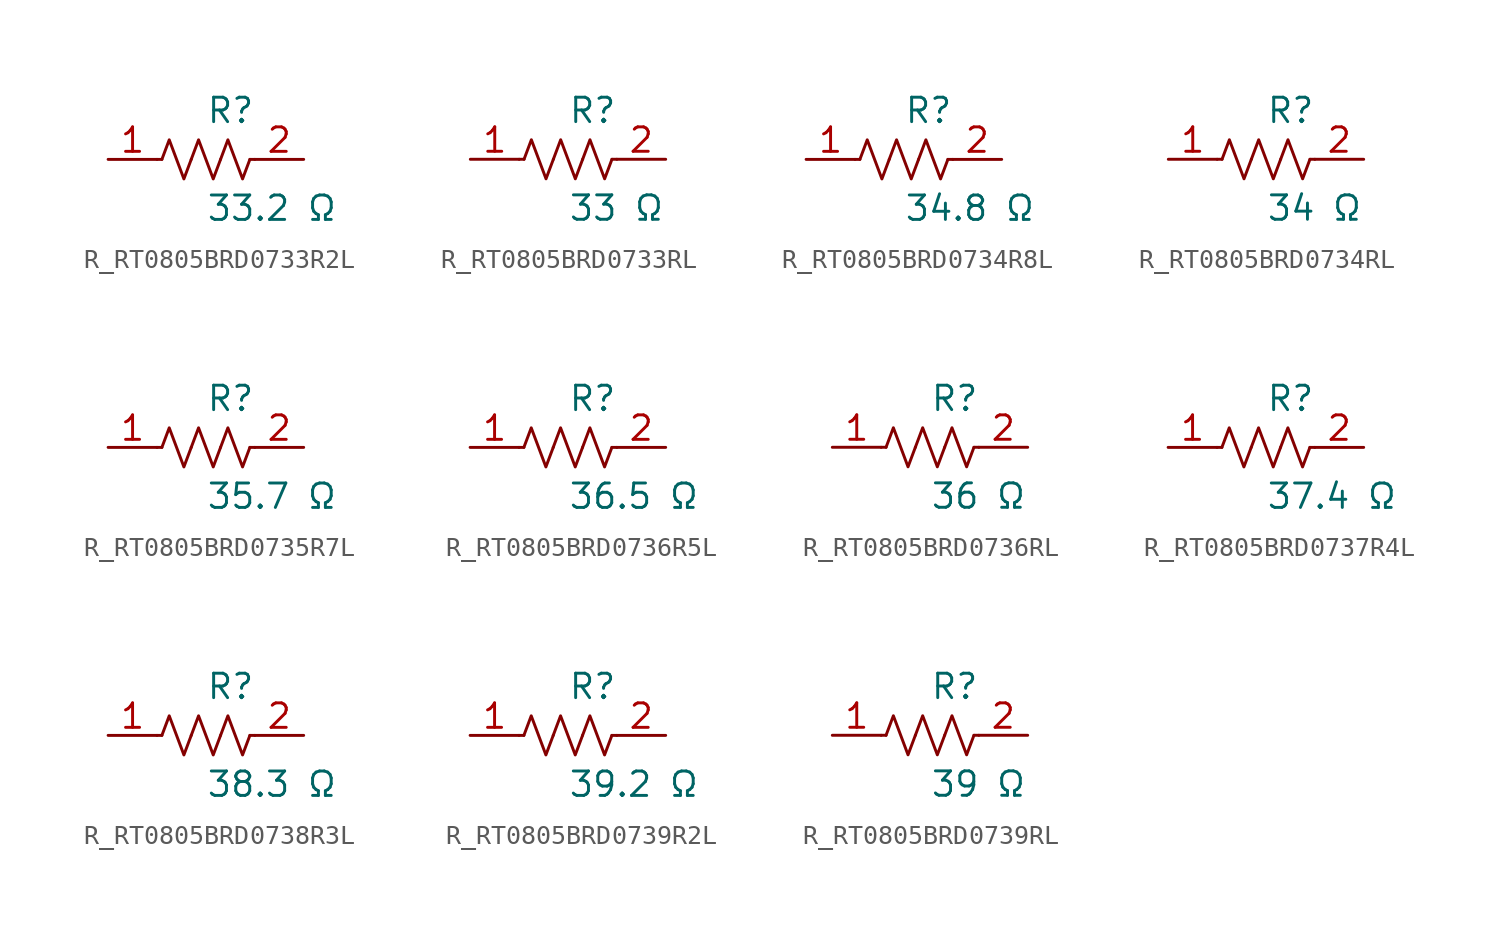
<source format=kicad_sym>
(kicad_symbol_lib
  (version 20231120)
  (generator kicad_symbol_editor)
  (generator_version 8.0)
  (symbol "R_RT0805BRD0733R2L"
    (pin_names
      (offset 0.254))
    (property "Reference" "R"
      (at 0.0 2.54 0)
      (effects (font (size 1.27 1.27)) (justify left)))
    (property "Value" "33.2 Ω"
      (at 0.0 -2.54 0)
      (effects (font (size 1.27 1.27)) (justify left)))
    (symbol "R_RT0805BRD0733R2L_0_1"
      (polyline (pts (xy 2.286 0) (xy 2.54 0)) (stroke (width 0) (type default)) (fill (type none)))
      (polyline (pts (xy -2.286 0) (xy -2.54 0)) (stroke (width 0) (type default)) (fill (type none)))
      (polyline (pts (xy 0.762 0) (xy 1.143 1.016) (xy 1.524 0) (xy 1.905 -1.016) (xy 2.286 0)) (stroke (width 0) (type default)) (fill (type none)))
      (polyline (pts (xy -0.762 0) (xy -0.381 1.016) (xy 0 0) (xy 0.381 -1.016) (xy 0.762 0)) (stroke (width 0) (type default)) (fill (type none)))
      (polyline (pts (xy -2.286 0) (xy -1.905 1.016) (xy -1.524 0) (xy -1.143 -1.016) (xy -0.762 0)) (stroke (width 0) (type default)) (fill (type none))))
    (pin unspecified line
      (at -5.08 0 0)
      (length 2.54)
      (name "" (effects (font (size 1.27 1.27))))
      (number "1" (effects (font (size 1.27 1.27)))))
    (pin unspecified line
      (at 5.08 0 180)
      (length 2.54)
      (name "" (effects (font (size 1.27 1.27))))
      (number "2" (effects (font (size 1.27 1.27))))))
  (symbol "R_RT0805BRD0733RL"
    (pin_names
      (offset 0.254))
    (property "Reference" "R"
      (at 0.0 2.54 0)
      (effects (font (size 1.27 1.27)) (justify left)))
    (property "Value" "33 Ω"
      (at 0.0 -2.54 0)
      (effects (font (size 1.27 1.27)) (justify left)))
    (symbol "R_RT0805BRD0733RL_0_1"
      (polyline (pts (xy 2.286 0) (xy 2.54 0)) (stroke (width 0) (type default)) (fill (type none)))
      (polyline (pts (xy -2.286 0) (xy -2.54 0)) (stroke (width 0) (type default)) (fill (type none)))
      (polyline (pts (xy 0.762 0) (xy 1.143 1.016) (xy 1.524 0) (xy 1.905 -1.016) (xy 2.286 0)) (stroke (width 0) (type default)) (fill (type none)))
      (polyline (pts (xy -0.762 0) (xy -0.381 1.016) (xy 0 0) (xy 0.381 -1.016) (xy 0.762 0)) (stroke (width 0) (type default)) (fill (type none)))
      (polyline (pts (xy -2.286 0) (xy -1.905 1.016) (xy -1.524 0) (xy -1.143 -1.016) (xy -0.762 0)) (stroke (width 0) (type default)) (fill (type none))))
    (pin unspecified line
      (at -5.08 0 0)
      (length 2.54)
      (name "" (effects (font (size 1.27 1.27))))
      (number "1" (effects (font (size 1.27 1.27)))))
    (pin unspecified line
      (at 5.08 0 180)
      (length 2.54)
      (name "" (effects (font (size 1.27 1.27))))
      (number "2" (effects (font (size 1.27 1.27))))))
  (symbol "R_RT0805BRD0734R8L"
    (pin_names
      (offset 0.254))
    (property "Reference" "R"
      (at 0.0 2.54 0)
      (effects (font (size 1.27 1.27)) (justify left)))
    (property "Value" "34.8 Ω"
      (at 0.0 -2.54 0)
      (effects (font (size 1.27 1.27)) (justify left)))
    (symbol "R_RT0805BRD0734R8L_0_1"
      (polyline (pts (xy 2.286 0) (xy 2.54 0)) (stroke (width 0) (type default)) (fill (type none)))
      (polyline (pts (xy -2.286 0) (xy -2.54 0)) (stroke (width 0) (type default)) (fill (type none)))
      (polyline (pts (xy 0.762 0) (xy 1.143 1.016) (xy 1.524 0) (xy 1.905 -1.016) (xy 2.286 0)) (stroke (width 0) (type default)) (fill (type none)))
      (polyline (pts (xy -0.762 0) (xy -0.381 1.016) (xy 0 0) (xy 0.381 -1.016) (xy 0.762 0)) (stroke (width 0) (type default)) (fill (type none)))
      (polyline (pts (xy -2.286 0) (xy -1.905 1.016) (xy -1.524 0) (xy -1.143 -1.016) (xy -0.762 0)) (stroke (width 0) (type default)) (fill (type none))))
    (pin unspecified line
      (at -5.08 0 0)
      (length 2.54)
      (name "" (effects (font (size 1.27 1.27))))
      (number "1" (effects (font (size 1.27 1.27)))))
    (pin unspecified line
      (at 5.08 0 180)
      (length 2.54)
      (name "" (effects (font (size 1.27 1.27))))
      (number "2" (effects (font (size 1.27 1.27))))))
  (symbol "R_RT0805BRD0734RL"
    (pin_names
      (offset 0.254))
    (property "Reference" "R"
      (at 0.0 2.54 0)
      (effects (font (size 1.27 1.27)) (justify left)))
    (property "Value" "34 Ω"
      (at 0.0 -2.54 0)
      (effects (font (size 1.27 1.27)) (justify left)))
    (symbol "R_RT0805BRD0734RL_0_1"
      (polyline (pts (xy 2.286 0) (xy 2.54 0)) (stroke (width 0) (type default)) (fill (type none)))
      (polyline (pts (xy -2.286 0) (xy -2.54 0)) (stroke (width 0) (type default)) (fill (type none)))
      (polyline (pts (xy 0.762 0) (xy 1.143 1.016) (xy 1.524 0) (xy 1.905 -1.016) (xy 2.286 0)) (stroke (width 0) (type default)) (fill (type none)))
      (polyline (pts (xy -0.762 0) (xy -0.381 1.016) (xy 0 0) (xy 0.381 -1.016) (xy 0.762 0)) (stroke (width 0) (type default)) (fill (type none)))
      (polyline (pts (xy -2.286 0) (xy -1.905 1.016) (xy -1.524 0) (xy -1.143 -1.016) (xy -0.762 0)) (stroke (width 0) (type default)) (fill (type none))))
    (pin unspecified line
      (at -5.08 0 0)
      (length 2.54)
      (name "" (effects (font (size 1.27 1.27))))
      (number "1" (effects (font (size 1.27 1.27)))))
    (pin unspecified line
      (at 5.08 0 180)
      (length 2.54)
      (name "" (effects (font (size 1.27 1.27))))
      (number "2" (effects (font (size 1.27 1.27))))))
  (symbol "R_RT0805BRD0735R7L"
    (pin_names
      (offset 0.254))
    (property "Reference" "R"
      (at 0.0 2.54 0)
      (effects (font (size 1.27 1.27)) (justify left)))
    (property "Value" "35.7 Ω"
      (at 0.0 -2.54 0)
      (effects (font (size 1.27 1.27)) (justify left)))
    (symbol "R_RT0805BRD0735R7L_0_1"
      (polyline (pts (xy 2.286 0) (xy 2.54 0)) (stroke (width 0) (type default)) (fill (type none)))
      (polyline (pts (xy -2.286 0) (xy -2.54 0)) (stroke (width 0) (type default)) (fill (type none)))
      (polyline (pts (xy 0.762 0) (xy 1.143 1.016) (xy 1.524 0) (xy 1.905 -1.016) (xy 2.286 0)) (stroke (width 0) (type default)) (fill (type none)))
      (polyline (pts (xy -0.762 0) (xy -0.381 1.016) (xy 0 0) (xy 0.381 -1.016) (xy 0.762 0)) (stroke (width 0) (type default)) (fill (type none)))
      (polyline (pts (xy -2.286 0) (xy -1.905 1.016) (xy -1.524 0) (xy -1.143 -1.016) (xy -0.762 0)) (stroke (width 0) (type default)) (fill (type none))))
    (pin unspecified line
      (at -5.08 0 0)
      (length 2.54)
      (name "" (effects (font (size 1.27 1.27))))
      (number "1" (effects (font (size 1.27 1.27)))))
    (pin unspecified line
      (at 5.08 0 180)
      (length 2.54)
      (name "" (effects (font (size 1.27 1.27))))
      (number "2" (effects (font (size 1.27 1.27))))))
  (symbol "R_RT0805BRD0736R5L"
    (pin_names
      (offset 0.254))
    (property "Reference" "R"
      (at 0.0 2.54 0)
      (effects (font (size 1.27 1.27)) (justify left)))
    (property "Value" "36.5 Ω"
      (at 0.0 -2.54 0)
      (effects (font (size 1.27 1.27)) (justify left)))
    (symbol "R_RT0805BRD0736R5L_0_1"
      (polyline (pts (xy 2.286 0) (xy 2.54 0)) (stroke (width 0) (type default)) (fill (type none)))
      (polyline (pts (xy -2.286 0) (xy -2.54 0)) (stroke (width 0) (type default)) (fill (type none)))
      (polyline (pts (xy 0.762 0) (xy 1.143 1.016) (xy 1.524 0) (xy 1.905 -1.016) (xy 2.286 0)) (stroke (width 0) (type default)) (fill (type none)))
      (polyline (pts (xy -0.762 0) (xy -0.381 1.016) (xy 0 0) (xy 0.381 -1.016) (xy 0.762 0)) (stroke (width 0) (type default)) (fill (type none)))
      (polyline (pts (xy -2.286 0) (xy -1.905 1.016) (xy -1.524 0) (xy -1.143 -1.016) (xy -0.762 0)) (stroke (width 0) (type default)) (fill (type none))))
    (pin unspecified line
      (at -5.08 0 0)
      (length 2.54)
      (name "" (effects (font (size 1.27 1.27))))
      (number "1" (effects (font (size 1.27 1.27)))))
    (pin unspecified line
      (at 5.08 0 180)
      (length 2.54)
      (name "" (effects (font (size 1.27 1.27))))
      (number "2" (effects (font (size 1.27 1.27))))))
  (symbol "R_RT0805BRD0736RL"
    (pin_names
      (offset 0.254))
    (property "Reference" "R"
      (at 0.0 2.54 0)
      (effects (font (size 1.27 1.27)) (justify left)))
    (property "Value" "36 Ω"
      (at 0.0 -2.54 0)
      (effects (font (size 1.27 1.27)) (justify left)))
    (symbol "R_RT0805BRD0736RL_0_1"
      (polyline (pts (xy 2.286 0) (xy 2.54 0)) (stroke (width 0) (type default)) (fill (type none)))
      (polyline (pts (xy -2.286 0) (xy -2.54 0)) (stroke (width 0) (type default)) (fill (type none)))
      (polyline (pts (xy 0.762 0) (xy 1.143 1.016) (xy 1.524 0) (xy 1.905 -1.016) (xy 2.286 0)) (stroke (width 0) (type default)) (fill (type none)))
      (polyline (pts (xy -0.762 0) (xy -0.381 1.016) (xy 0 0) (xy 0.381 -1.016) (xy 0.762 0)) (stroke (width 0) (type default)) (fill (type none)))
      (polyline (pts (xy -2.286 0) (xy -1.905 1.016) (xy -1.524 0) (xy -1.143 -1.016) (xy -0.762 0)) (stroke (width 0) (type default)) (fill (type none))))
    (pin unspecified line
      (at -5.08 0 0)
      (length 2.54)
      (name "" (effects (font (size 1.27 1.27))))
      (number "1" (effects (font (size 1.27 1.27)))))
    (pin unspecified line
      (at 5.08 0 180)
      (length 2.54)
      (name "" (effects (font (size 1.27 1.27))))
      (number "2" (effects (font (size 1.27 1.27))))))
  (symbol "R_RT0805BRD0737R4L"
    (pin_names
      (offset 0.254))
    (property "Reference" "R"
      (at 0.0 2.54 0)
      (effects (font (size 1.27 1.27)) (justify left)))
    (property "Value" "37.4 Ω"
      (at 0.0 -2.54 0)
      (effects (font (size 1.27 1.27)) (justify left)))
    (symbol "R_RT0805BRD0737R4L_0_1"
      (polyline (pts (xy 2.286 0) (xy 2.54 0)) (stroke (width 0) (type default)) (fill (type none)))
      (polyline (pts (xy -2.286 0) (xy -2.54 0)) (stroke (width 0) (type default)) (fill (type none)))
      (polyline (pts (xy 0.762 0) (xy 1.143 1.016) (xy 1.524 0) (xy 1.905 -1.016) (xy 2.286 0)) (stroke (width 0) (type default)) (fill (type none)))
      (polyline (pts (xy -0.762 0) (xy -0.381 1.016) (xy 0 0) (xy 0.381 -1.016) (xy 0.762 0)) (stroke (width 0) (type default)) (fill (type none)))
      (polyline (pts (xy -2.286 0) (xy -1.905 1.016) (xy -1.524 0) (xy -1.143 -1.016) (xy -0.762 0)) (stroke (width 0) (type default)) (fill (type none))))
    (pin unspecified line
      (at -5.08 0 0)
      (length 2.54)
      (name "" (effects (font (size 1.27 1.27))))
      (number "1" (effects (font (size 1.27 1.27)))))
    (pin unspecified line
      (at 5.08 0 180)
      (length 2.54)
      (name "" (effects (font (size 1.27 1.27))))
      (number "2" (effects (font (size 1.27 1.27))))))
  (symbol "R_RT0805BRD0738R3L"
    (pin_names
      (offset 0.254))
    (property "Reference" "R"
      (at 0.0 2.54 0)
      (effects (font (size 1.27 1.27)) (justify left)))
    (property "Value" "38.3 Ω"
      (at 0.0 -2.54 0)
      (effects (font (size 1.27 1.27)) (justify left)))
    (symbol "R_RT0805BRD0738R3L_0_1"
      (polyline (pts (xy 2.286 0) (xy 2.54 0)) (stroke (width 0) (type default)) (fill (type none)))
      (polyline (pts (xy -2.286 0) (xy -2.54 0)) (stroke (width 0) (type default)) (fill (type none)))
      (polyline (pts (xy 0.762 0) (xy 1.143 1.016) (xy 1.524 0) (xy 1.905 -1.016) (xy 2.286 0)) (stroke (width 0) (type default)) (fill (type none)))
      (polyline (pts (xy -0.762 0) (xy -0.381 1.016) (xy 0 0) (xy 0.381 -1.016) (xy 0.762 0)) (stroke (width 0) (type default)) (fill (type none)))
      (polyline (pts (xy -2.286 0) (xy -1.905 1.016) (xy -1.524 0) (xy -1.143 -1.016) (xy -0.762 0)) (stroke (width 0) (type default)) (fill (type none))))
    (pin unspecified line
      (at -5.08 0 0)
      (length 2.54)
      (name "" (effects (font (size 1.27 1.27))))
      (number "1" (effects (font (size 1.27 1.27)))))
    (pin unspecified line
      (at 5.08 0 180)
      (length 2.54)
      (name "" (effects (font (size 1.27 1.27))))
      (number "2" (effects (font (size 1.27 1.27))))))
  (symbol "R_RT0805BRD0739R2L"
    (pin_names
      (offset 0.254))
    (property "Reference" "R"
      (at 0.0 2.54 0)
      (effects (font (size 1.27 1.27)) (justify left)))
    (property "Value" "39.2 Ω"
      (at 0.0 -2.54 0)
      (effects (font (size 1.27 1.27)) (justify left)))
    (symbol "R_RT0805BRD0739R2L_0_1"
      (polyline (pts (xy 2.286 0) (xy 2.54 0)) (stroke (width 0) (type default)) (fill (type none)))
      (polyline (pts (xy -2.286 0) (xy -2.54 0)) (stroke (width 0) (type default)) (fill (type none)))
      (polyline (pts (xy 0.762 0) (xy 1.143 1.016) (xy 1.524 0) (xy 1.905 -1.016) (xy 2.286 0)) (stroke (width 0) (type default)) (fill (type none)))
      (polyline (pts (xy -0.762 0) (xy -0.381 1.016) (xy 0 0) (xy 0.381 -1.016) (xy 0.762 0)) (stroke (width 0) (type default)) (fill (type none)))
      (polyline (pts (xy -2.286 0) (xy -1.905 1.016) (xy -1.524 0) (xy -1.143 -1.016) (xy -0.762 0)) (stroke (width 0) (type default)) (fill (type none))))
    (pin unspecified line
      (at -5.08 0 0)
      (length 2.54)
      (name "" (effects (font (size 1.27 1.27))))
      (number "1" (effects (font (size 1.27 1.27)))))
    (pin unspecified line
      (at 5.08 0 180)
      (length 2.54)
      (name "" (effects (font (size 1.27 1.27))))
      (number "2" (effects (font (size 1.27 1.27))))))
  (symbol "R_RT0805BRD0739RL"
    (pin_names
      (offset 0.254))
    (property "Reference" "R"
      (at 0.0 2.54 0)
      (effects (font (size 1.27 1.27)) (justify left)))
    (property "Value" "39 Ω"
      (at 0.0 -2.54 0)
      (effects (font (size 1.27 1.27)) (justify left)))
    (symbol "R_RT0805BRD0739RL_0_1"
      (polyline (pts (xy 2.286 0) (xy 2.54 0)) (stroke (width 0) (type default)) (fill (type none)))
      (polyline (pts (xy -2.286 0) (xy -2.54 0)) (stroke (width 0) (type default)) (fill (type none)))
      (polyline (pts (xy 0.762 0) (xy 1.143 1.016) (xy 1.524 0) (xy 1.905 -1.016) (xy 2.286 0)) (stroke (width 0) (type default)) (fill (type none)))
      (polyline (pts (xy -0.762 0) (xy -0.381 1.016) (xy 0 0) (xy 0.381 -1.016) (xy 0.762 0)) (stroke (width 0) (type default)) (fill (type none)))
      (polyline (pts (xy -2.286 0) (xy -1.905 1.016) (xy -1.524 0) (xy -1.143 -1.016) (xy -0.762 0)) (stroke (width 0) (type default)) (fill (type none))))
    (pin unspecified line
      (at -5.08 0 0)
      (length 2.54)
      (name "" (effects (font (size 1.27 1.27))))
      (number "1" (effects (font (size 1.27 1.27)))))
    (pin unspecified line
      (at 5.08 0 180)
      (length 2.54)
      (name "" (effects (font (size 1.27 1.27))))
      (number "2" (effects (font (size 1.27 1.27)))))))
</source>
